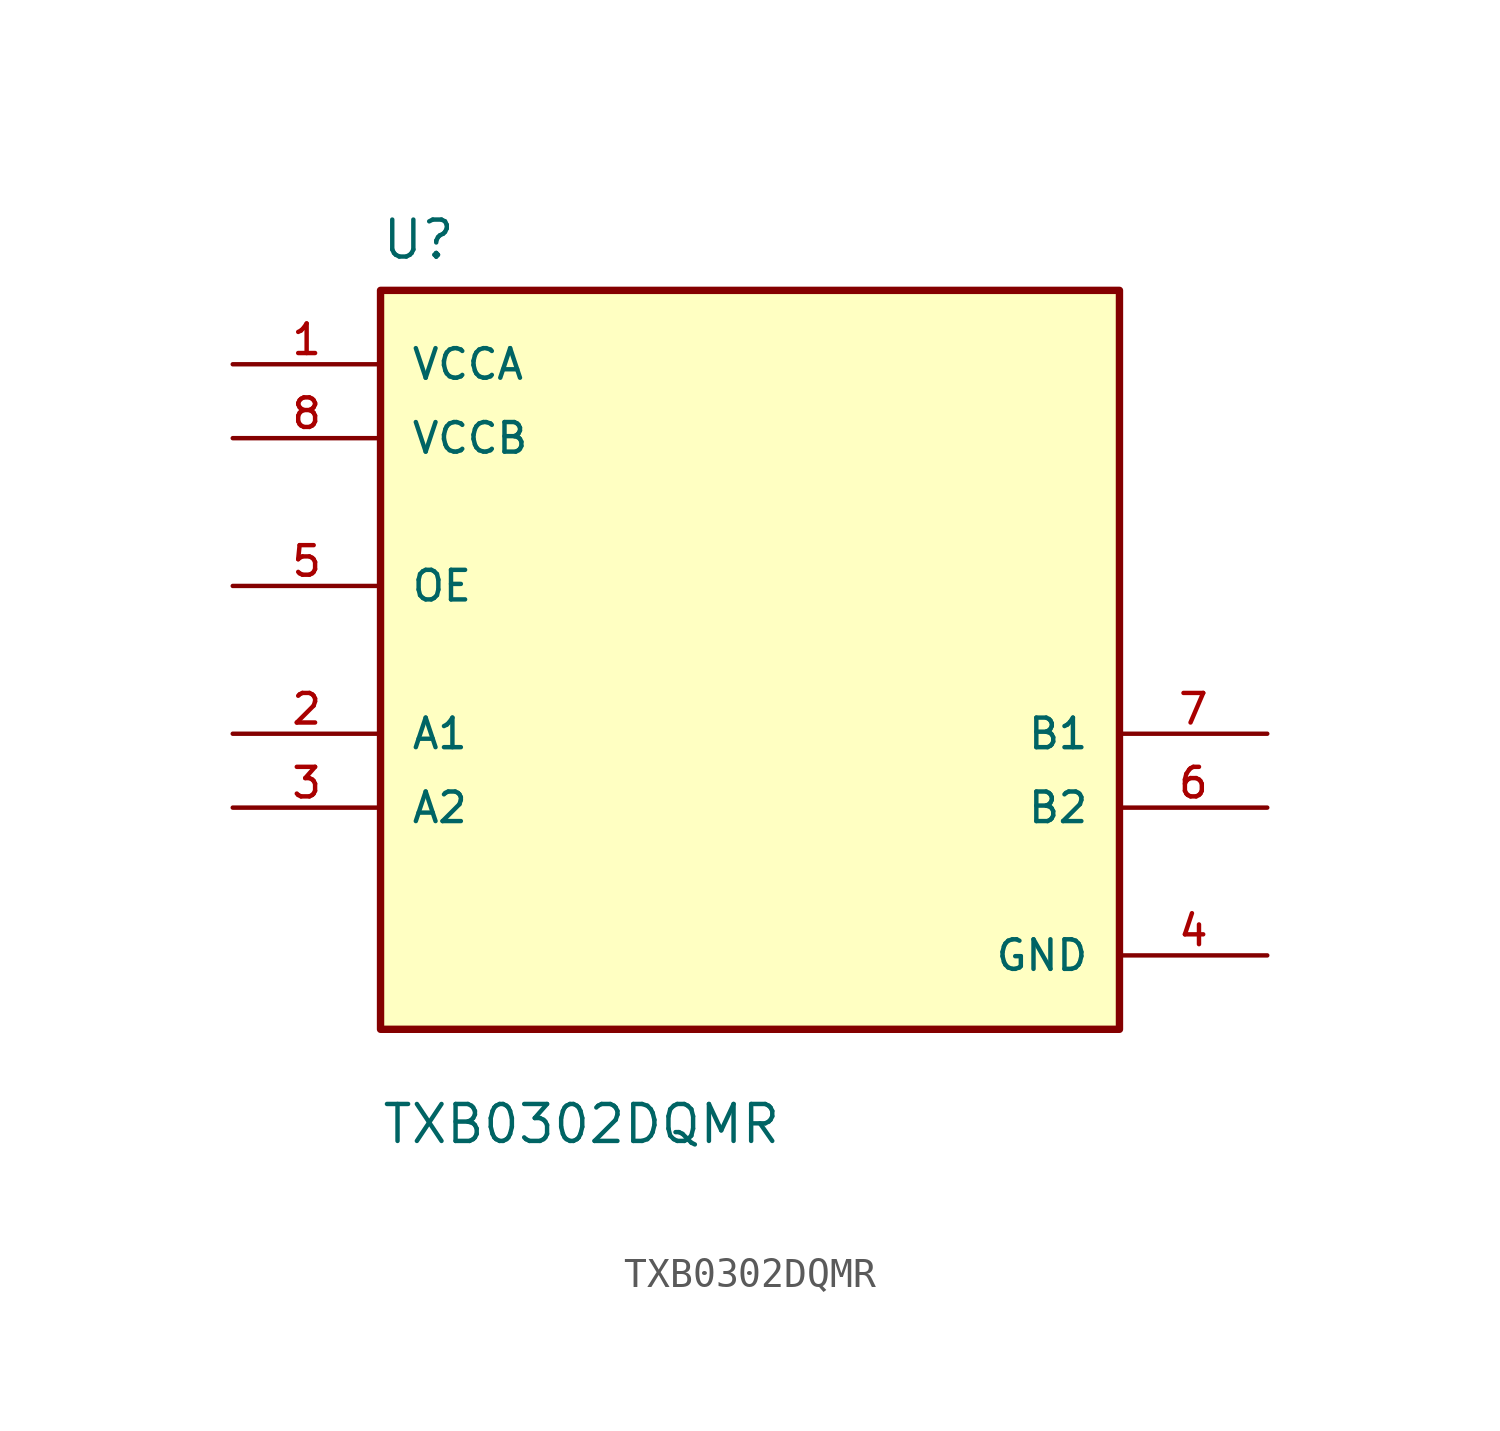
<source format=kicad_sym>
(kicad_symbol_lib
  (version 20211014)
  (generator kicad_symbol_editor)
  (symbol "TXB0302DQMR"
    (pin_names
      (offset 1.016))
    (property "Reference" "U"
      (at -12.7 13.7 0.0)
      (effects (font (size 1.27 1.27)) (justify bottom left)))
    (property "Value" "TXB0302DQMR"
      (at -12.7 -16.7 0.0)
      (effects (font (size 1.27 1.27)) (justify bottom left)))
    (symbol "TXB0302DQMR_0_0"
      (rectangle (start -12.7 -12.7) (end 12.7 12.7) (stroke (width 0.254)) (fill (type background)))
      (pin power_in line (at -17.78 10.16 0) (length 5.08) (name "VCCA" (effects (font (size 1.016 1.016)))) (number "1" (effects (font (size 1.016 1.016)))))
      (pin power_in line (at -17.78 7.62 0) (length 5.08) (name "VCCB" (effects (font (size 1.016 1.016)))) (number "8" (effects (font (size 1.016 1.016)))))
      (pin bidirectional line (at -17.78 -2.54 0) (length 5.08) (name "A1" (effects (font (size 1.016 1.016)))) (number "2" (effects (font (size 1.016 1.016)))))
      (pin bidirectional line (at -17.78 -5.08 0) (length 5.08) (name "A2" (effects (font (size 1.016 1.016)))) (number "3" (effects (font (size 1.016 1.016)))))
      (pin bidirectional line (at 17.78 -2.54 180.0) (length 5.08) (name "B1" (effects (font (size 1.016 1.016)))) (number "7" (effects (font (size 1.016 1.016)))))
      (pin bidirectional line (at 17.78 -5.08 180.0) (length 5.08) (name "B2" (effects (font (size 1.016 1.016)))) (number "6" (effects (font (size 1.016 1.016)))))
      (pin input line (at -17.78 2.54 0) (length 5.08) (name "OE" (effects (font (size 1.016 1.016)))) (number "5" (effects (font (size 1.016 1.016)))))
      (pin power_in line (at 17.78 -10.16 180.0) (length 5.08) (name "GND" (effects (font (size 1.016 1.016)))) (number "4" (effects (font (size 1.016 1.016))))))))
</source>
